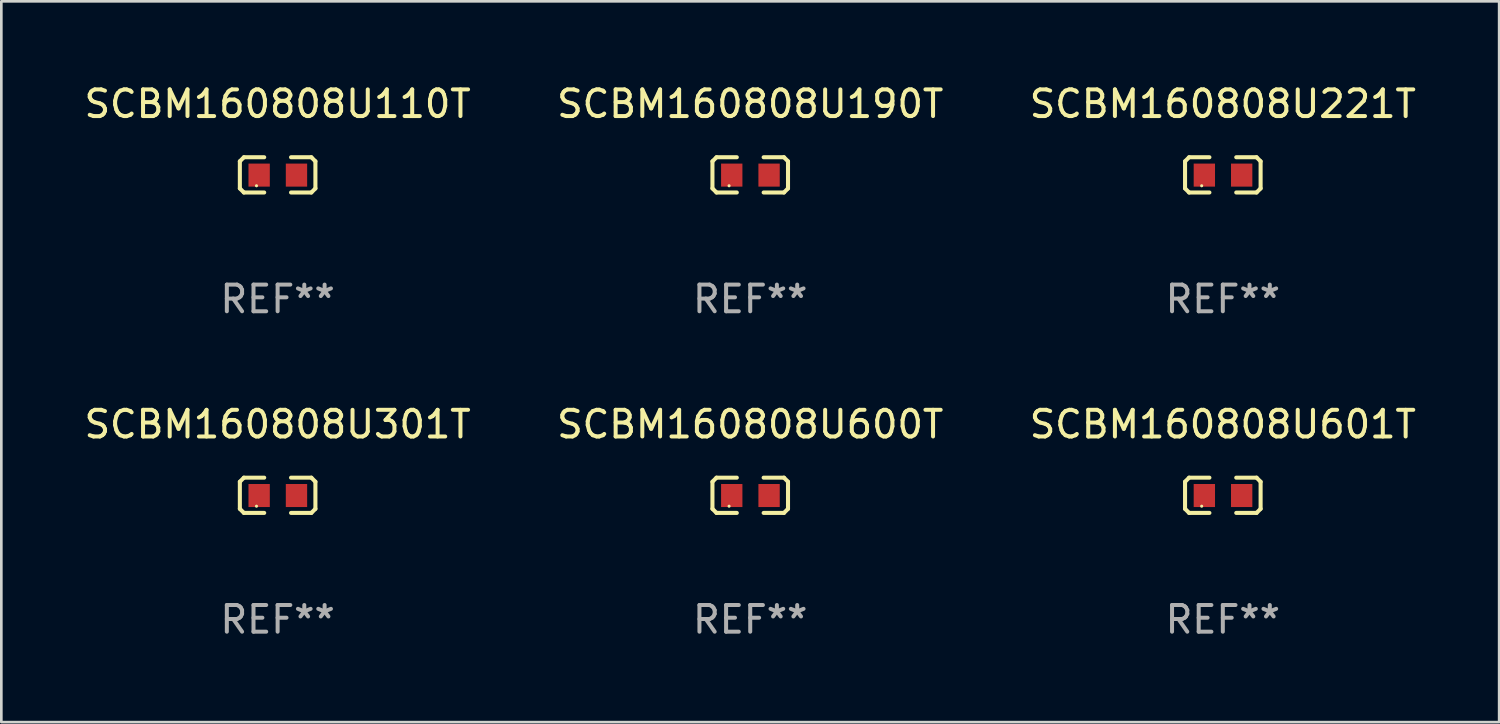
<source format=kicad_pcb>
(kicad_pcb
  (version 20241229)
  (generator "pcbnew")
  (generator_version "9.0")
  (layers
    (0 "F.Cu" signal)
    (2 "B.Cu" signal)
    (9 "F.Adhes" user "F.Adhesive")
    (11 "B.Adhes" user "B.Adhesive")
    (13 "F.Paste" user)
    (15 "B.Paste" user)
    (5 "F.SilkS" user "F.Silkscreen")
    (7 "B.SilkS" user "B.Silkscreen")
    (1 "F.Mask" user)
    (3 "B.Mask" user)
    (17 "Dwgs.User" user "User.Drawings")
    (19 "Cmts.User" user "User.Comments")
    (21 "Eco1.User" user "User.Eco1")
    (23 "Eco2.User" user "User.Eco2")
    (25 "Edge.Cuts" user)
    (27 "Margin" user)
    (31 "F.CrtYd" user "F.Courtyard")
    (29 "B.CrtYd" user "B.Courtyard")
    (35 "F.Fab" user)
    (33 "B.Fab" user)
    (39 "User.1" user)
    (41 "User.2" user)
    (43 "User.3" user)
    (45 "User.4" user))
  (footprint "SCBM160808U190T"
    (layer "F.Cu")
    (at 25.089 3.509)
    (property "Reference" "SCBM160808U190T" (at 0 -2.661 0) (layer "F.SilkS") (effects (font (size 1 1) (thickness 0.15))))
    (attr through_hole)
    (fp_line (start -1.417 -0.508) (end -1.265 -0.661) (stroke (width 0.152) (type solid)) (layer "F.SilkS"))
    (fp_line (start -1.417 0.508) (end -1.417 -0.508) (stroke (width 0.152) (type solid)) (layer "F.SilkS"))
    (fp_line (start -1.265 -0.661) (end -0.503 -0.661) (stroke (width 0.152) (type solid)) (layer "F.SilkS"))
    (fp_line (start -1.265 0.661) (end -1.417 0.508) (stroke (width 0.152) (type solid)) (layer "F.SilkS"))
    (fp_line (start -1.265 0.661) (end -0.503 0.661) (stroke (width 0.152) (type solid)) (layer "F.SilkS"))
    (fp_line (start 1.265 -0.661) (end 0.503 -0.661) (stroke (width 0.152) (type solid)) (layer "F.SilkS"))
    (fp_line (start 1.265 -0.661) (end 1.417 -0.508) (stroke (width 0.152) (type solid)) (layer "F.SilkS"))
    (fp_line (start 1.265 0.661) (end 0.503 0.661) (stroke (width 0.152) (type solid)) (layer "F.SilkS"))
    (fp_line (start 1.417 -0.508) (end 1.417 0.508) (stroke (width 0.152) (type solid)) (layer "F.SilkS"))
    (fp_line (start 1.417 0.508) (end 1.265 0.661) (stroke (width 0.152) (type solid)) (layer "F.SilkS"))
    (fp_circle (center -0.793 0.409) (end -0.763 0.409) (stroke (width 0.06) (type solid)) (fill no) (layer "F.SilkS"))
    (fp_text user "REF**" (at 0 4.661 0) (layer "F.Fab") (effects (font (size 1 1) (thickness 0.15))))
    (pad "1" smd rect (at -0.693 0.009 180) (size 0.8 0.864) (layers "F.Cu" "F.Mask" "F.Paste"))
    (pad "2" smd rect (at 0.707 0.009 180) (size 0.8 0.864) (layers "F.Cu" "F.Mask" "F.Paste")))
  (footprint "SCBM160808U301T"
    (layer "F.Cu")
    (at 7.363 15.527)
    (property "Reference" "SCBM160808U301T" (at 0 -2.661 0) (layer "F.SilkS") (effects (font (size 1 1) (thickness 0.15))))
    (attr through_hole)
    (fp_line (start -1.417 -0.508) (end -1.265 -0.661) (stroke (width 0.152) (type solid)) (layer "F.SilkS"))
    (fp_line (start -1.417 0.508) (end -1.417 -0.508) (stroke (width 0.152) (type solid)) (layer "F.SilkS"))
    (fp_line (start -1.265 -0.661) (end -0.503 -0.661) (stroke (width 0.152) (type solid)) (layer "F.SilkS"))
    (fp_line (start -1.265 0.661) (end -1.417 0.508) (stroke (width 0.152) (type solid)) (layer "F.SilkS"))
    (fp_line (start -1.265 0.661) (end -0.503 0.661) (stroke (width 0.152) (type solid)) (layer "F.SilkS"))
    (fp_line (start 1.265 -0.661) (end 0.503 -0.661) (stroke (width 0.152) (type solid)) (layer "F.SilkS"))
    (fp_line (start 1.265 -0.661) (end 1.417 -0.508) (stroke (width 0.152) (type solid)) (layer "F.SilkS"))
    (fp_line (start 1.265 0.661) (end 0.503 0.661) (stroke (width 0.152) (type solid)) (layer "F.SilkS"))
    (fp_line (start 1.417 -0.508) (end 1.417 0.508) (stroke (width 0.152) (type solid)) (layer "F.SilkS"))
    (fp_line (start 1.417 0.508) (end 1.265 0.661) (stroke (width 0.152) (type solid)) (layer "F.SilkS"))
    (fp_circle (center -0.793 0.409) (end -0.763 0.409) (stroke (width 0.06) (type solid)) (fill no) (layer "F.SilkS"))
    (fp_text user "REF**" (at 0 4.661 0) (layer "F.Fab") (effects (font (size 1 1) (thickness 0.15))))
    (pad "1" smd rect (at -0.693 0.009 180) (size 0.8 0.864) (layers "F.Cu" "F.Mask" "F.Paste"))
    (pad "2" smd rect (at 0.707 0.009 180) (size 0.8 0.864) (layers "F.Cu" "F.Mask" "F.Paste")))
  (footprint "SCBM160808U221T"
    (layer "F.Cu")
    (at 42.815 3.509)
    (property "Reference" "SCBM160808U221T" (at 0 -2.661 0) (layer "F.SilkS") (effects (font (size 1 1) (thickness 0.15))))
    (attr through_hole)
    (fp_line (start -1.417 -0.508) (end -1.265 -0.661) (stroke (width 0.152) (type solid)) (layer "F.SilkS"))
    (fp_line (start -1.417 0.508) (end -1.417 -0.508) (stroke (width 0.152) (type solid)) (layer "F.SilkS"))
    (fp_line (start -1.265 -0.661) (end -0.503 -0.661) (stroke (width 0.152) (type solid)) (layer "F.SilkS"))
    (fp_line (start -1.265 0.661) (end -1.417 0.508) (stroke (width 0.152) (type solid)) (layer "F.SilkS"))
    (fp_line (start -1.265 0.661) (end -0.503 0.661) (stroke (width 0.152) (type solid)) (layer "F.SilkS"))
    (fp_line (start 1.265 -0.661) (end 0.503 -0.661) (stroke (width 0.152) (type solid)) (layer "F.SilkS"))
    (fp_line (start 1.265 -0.661) (end 1.417 -0.508) (stroke (width 0.152) (type solid)) (layer "F.SilkS"))
    (fp_line (start 1.265 0.661) (end 0.503 0.661) (stroke (width 0.152) (type solid)) (layer "F.SilkS"))
    (fp_line (start 1.417 -0.508) (end 1.417 0.508) (stroke (width 0.152) (type solid)) (layer "F.SilkS"))
    (fp_line (start 1.417 0.508) (end 1.265 0.661) (stroke (width 0.152) (type solid)) (layer "F.SilkS"))
    (fp_circle (center -0.793 0.409) (end -0.763 0.409) (stroke (width 0.06) (type solid)) (fill no) (layer "F.SilkS"))
    (fp_text user "REF**" (at 0 4.661 0) (layer "F.Fab") (effects (font (size 1 1) (thickness 0.15))))
    (pad "1" smd rect (at -0.693 0.009 180) (size 0.8 0.864) (layers "F.Cu" "F.Mask" "F.Paste"))
    (pad "2" smd rect (at 0.707 0.009 180) (size 0.8 0.864) (layers "F.Cu" "F.Mask" "F.Paste")))
  (footprint "SCBM160808U600T"
    (layer "F.Cu")
    (at 25.089 15.527)
    (property "Reference" "SCBM160808U600T" (at 0 -2.661 0) (layer "F.SilkS") (effects (font (size 1 1) (thickness 0.15))))
    (attr through_hole)
    (fp_line (start -1.417 -0.508) (end -1.265 -0.661) (stroke (width 0.152) (type solid)) (layer "F.SilkS"))
    (fp_line (start -1.417 0.508) (end -1.417 -0.508) (stroke (width 0.152) (type solid)) (layer "F.SilkS"))
    (fp_line (start -1.265 -0.661) (end -0.503 -0.661) (stroke (width 0.152) (type solid)) (layer "F.SilkS"))
    (fp_line (start -1.265 0.661) (end -1.417 0.508) (stroke (width 0.152) (type solid)) (layer "F.SilkS"))
    (fp_line (start -1.265 0.661) (end -0.503 0.661) (stroke (width 0.152) (type solid)) (layer "F.SilkS"))
    (fp_line (start 1.265 -0.661) (end 0.503 -0.661) (stroke (width 0.152) (type solid)) (layer "F.SilkS"))
    (fp_line (start 1.265 -0.661) (end 1.417 -0.508) (stroke (width 0.152) (type solid)) (layer "F.SilkS"))
    (fp_line (start 1.265 0.661) (end 0.503 0.661) (stroke (width 0.152) (type solid)) (layer "F.SilkS"))
    (fp_line (start 1.417 -0.508) (end 1.417 0.508) (stroke (width 0.152) (type solid)) (layer "F.SilkS"))
    (fp_line (start 1.417 0.508) (end 1.265 0.661) (stroke (width 0.152) (type solid)) (layer "F.SilkS"))
    (fp_circle (center -0.793 0.409) (end -0.763 0.409) (stroke (width 0.06) (type solid)) (fill no) (layer "F.SilkS"))
    (fp_text user "REF**" (at 0 4.661 0) (layer "F.Fab") (effects (font (size 1 1) (thickness 0.15))))
    (pad "1" smd rect (at -0.693 0.009 180) (size 0.8 0.864) (layers "F.Cu" "F.Mask" "F.Paste"))
    (pad "2" smd rect (at 0.707 0.009 180) (size 0.8 0.864) (layers "F.Cu" "F.Mask" "F.Paste")))
  (footprint "SCBM160808U110T"
    (layer "F.Cu")
    (at 7.363 3.509)
    (property "Reference" "SCBM160808U110T" (at 0 -2.661 0) (layer "F.SilkS") (effects (font (size 1 1) (thickness 0.15))))
    (attr through_hole)
    (fp_line (start -1.417 -0.508) (end -1.265 -0.661) (stroke (width 0.152) (type solid)) (layer "F.SilkS"))
    (fp_line (start -1.417 0.508) (end -1.417 -0.508) (stroke (width 0.152) (type solid)) (layer "F.SilkS"))
    (fp_line (start -1.265 -0.661) (end -0.503 -0.661) (stroke (width 0.152) (type solid)) (layer "F.SilkS"))
    (fp_line (start -1.265 0.661) (end -1.417 0.508) (stroke (width 0.152) (type solid)) (layer "F.SilkS"))
    (fp_line (start -1.265 0.661) (end -0.503 0.661) (stroke (width 0.152) (type solid)) (layer "F.SilkS"))
    (fp_line (start 1.265 -0.661) (end 0.503 -0.661) (stroke (width 0.152) (type solid)) (layer "F.SilkS"))
    (fp_line (start 1.265 -0.661) (end 1.417 -0.508) (stroke (width 0.152) (type solid)) (layer "F.SilkS"))
    (fp_line (start 1.265 0.661) (end 0.503 0.661) (stroke (width 0.152) (type solid)) (layer "F.SilkS"))
    (fp_line (start 1.417 -0.508) (end 1.417 0.508) (stroke (width 0.152) (type solid)) (layer "F.SilkS"))
    (fp_line (start 1.417 0.508) (end 1.265 0.661) (stroke (width 0.152) (type solid)) (layer "F.SilkS"))
    (fp_circle (center -0.793 0.409) (end -0.763 0.409) (stroke (width 0.06) (type solid)) (fill no) (layer "F.SilkS"))
    (fp_text user "REF**" (at 0 4.661 0) (layer "F.Fab") (effects (font (size 1 1) (thickness 0.15))))
    (pad "1" smd rect (at -0.693 0.009 180) (size 0.8 0.864) (layers "F.Cu" "F.Mask" "F.Paste"))
    (pad "2" smd rect (at 0.707 0.009 180) (size 0.8 0.864) (layers "F.Cu" "F.Mask" "F.Paste")))
  (footprint "SCBM160808U601T"
    (layer "F.Cu")
    (at 42.815 15.527)
    (property "Reference" "SCBM160808U601T" (at 0 -2.661 0) (layer "F.SilkS") (effects (font (size 1 1) (thickness 0.15))))
    (attr through_hole)
    (fp_line (start -1.417 -0.508) (end -1.265 -0.661) (stroke (width 0.152) (type solid)) (layer "F.SilkS"))
    (fp_line (start -1.417 0.508) (end -1.417 -0.508) (stroke (width 0.152) (type solid)) (layer "F.SilkS"))
    (fp_line (start -1.265 -0.661) (end -0.503 -0.661) (stroke (width 0.152) (type solid)) (layer "F.SilkS"))
    (fp_line (start -1.265 0.661) (end -1.417 0.508) (stroke (width 0.152) (type solid)) (layer "F.SilkS"))
    (fp_line (start -1.265 0.661) (end -0.503 0.661) (stroke (width 0.152) (type solid)) (layer "F.SilkS"))
    (fp_line (start 1.265 -0.661) (end 0.503 -0.661) (stroke (width 0.152) (type solid)) (layer "F.SilkS"))
    (fp_line (start 1.265 -0.661) (end 1.417 -0.508) (stroke (width 0.152) (type solid)) (layer "F.SilkS"))
    (fp_line (start 1.265 0.661) (end 0.503 0.661) (stroke (width 0.152) (type solid)) (layer "F.SilkS"))
    (fp_line (start 1.417 -0.508) (end 1.417 0.508) (stroke (width 0.152) (type solid)) (layer "F.SilkS"))
    (fp_line (start 1.417 0.508) (end 1.265 0.661) (stroke (width 0.152) (type solid)) (layer "F.SilkS"))
    (fp_circle (center -0.793 0.409) (end -0.763 0.409) (stroke (width 0.06) (type solid)) (fill no) (layer "F.SilkS"))
    (fp_text user "REF**" (at 0 4.661 0) (layer "F.Fab") (effects (font (size 1 1) (thickness 0.15))))
    (pad "1" smd rect (at -0.693 0.009 180) (size 0.8 0.864) (layers "F.Cu" "F.Mask" "F.Paste"))
    (pad "2" smd rect (at 0.707 0.009 180) (size 0.8 0.864) (layers "F.Cu" "F.Mask" "F.Paste")))
  (gr_rect
    (start -3 -3)
    (end 53.179 24.035)
    (stroke (width 0.1) (type default))
    (fill no)
    (layer "Edge.Cuts")))
</source>
